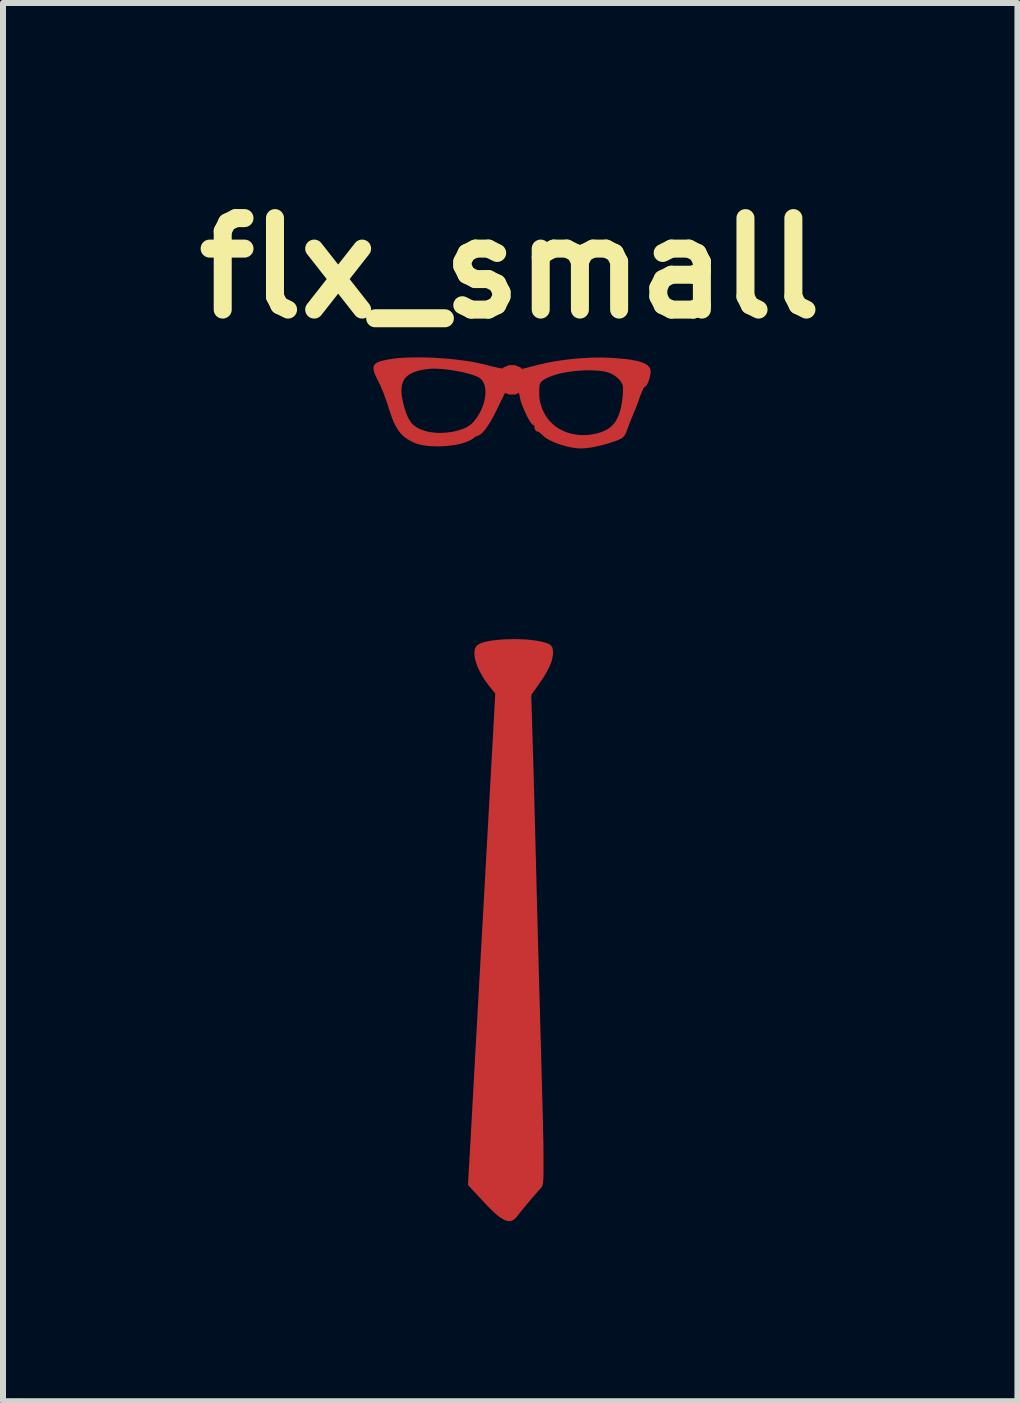
<source format=kicad_pcb>
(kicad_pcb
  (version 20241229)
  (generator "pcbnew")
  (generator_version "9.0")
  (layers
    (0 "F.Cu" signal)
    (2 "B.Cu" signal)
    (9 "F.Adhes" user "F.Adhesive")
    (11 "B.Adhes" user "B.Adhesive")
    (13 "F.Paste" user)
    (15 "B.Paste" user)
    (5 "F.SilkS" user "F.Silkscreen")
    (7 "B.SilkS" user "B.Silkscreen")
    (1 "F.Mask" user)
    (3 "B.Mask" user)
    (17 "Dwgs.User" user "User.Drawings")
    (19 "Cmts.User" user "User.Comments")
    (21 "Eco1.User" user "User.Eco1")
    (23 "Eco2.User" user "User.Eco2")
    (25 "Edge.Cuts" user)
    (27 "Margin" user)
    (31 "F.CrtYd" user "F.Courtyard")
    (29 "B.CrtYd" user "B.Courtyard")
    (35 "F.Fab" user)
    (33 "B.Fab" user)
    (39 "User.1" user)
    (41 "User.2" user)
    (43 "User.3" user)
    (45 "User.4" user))
  (footprint "flx_small"
    (layer "F.Cu")
    (at 5.45 10.718)
    (property "Reference" "flx_small" (at 0 -9.3 0) (layer "F.SilkS") (effects (font (size 1.524 1.524) (thickness 0.3))))
    (attr through_hole)
    (pad "1" smd custom (at 0.03 -7.44) (size 0.5 0.5) (layers "F.Cu" "F.Mask") (options (anchor circle)) (primitives (gr_poly (pts (xy -1.432 -0.37) (xy -1.332 -0.367) (xy -1.23 -0.361) (xy -1.129 -0.354) (xy -1.029 -0.346) (xy -0.93 -0.335) (xy -0.835 -0.323) (xy -0.742 -0.31) (xy -0.678 -0.3) (xy -0.639 -0.293) (xy -0.601 -0.285) (xy -0.562 -0.277) (xy -0.522 -0.268) (xy -0.48 -0.259) (xy -0.434 -0.247) (xy -0.416 -0.243) (xy -0.366 -0.23) (xy -0.321 -0.219) (xy -0.279 -0.21) (xy -0.241 -0.201) (xy -0.207 -0.194) (xy -0.174 -0.188) (xy -0.144 -0.183) (xy -0.116 -0.179) (xy -0.089 -0.175) (xy -0.063 -0.173) (xy -0.037 -0.171) (xy -0.011 -0.17) (xy 0.002 -0.17) (xy 0.032 -0.169) (xy 0.061 -0.17) (xy 0.088 -0.171) (xy 0.115 -0.174) (xy 0.142 -0.177) (xy 0.17 -0.182) (xy 0.2 -0.188) (xy 0.232 -0.195) (xy 0.267 -0.204) (xy 0.307 -0.215) (xy 0.311 -0.216) (xy 0.444 -0.25) (xy 0.58 -0.281) (xy 0.718 -0.306) (xy 0.859 -0.328) (xy 1.002 -0.345) (xy 1.148 -0.358) (xy 1.296 -0.366) (xy 1.325 -0.367) (xy 1.381 -0.369) (xy 1.436 -0.369) (xy 1.492 -0.369) (xy 1.548 -0.368) (xy 1.607 -0.366) (xy 1.669 -0.362) (xy 1.695 -0.361) (xy 1.766 -0.356) (xy 1.831 -0.35) (xy 1.892 -0.344) (xy 1.948 -0.337) (xy 1.999 -0.329) (xy 2.046 -0.32) (xy 2.089 -0.311) (xy 2.127 -0.301) (xy 2.162 -0.289) (xy 2.192 -0.277) (xy 2.219 -0.264) (xy 2.242 -0.25) (xy 2.262 -0.235) (xy 2.271 -0.226) (xy 2.285 -0.21) (xy 2.295 -0.194) (xy 2.302 -0.176) (xy 2.305 -0.155) (xy 2.306 -0.132) (xy 2.304 -0.106) (xy 2.303 -0.094) (xy 2.296 -0.059) (xy 2.287 -0.023) (xy 2.276 0.012) (xy 2.263 0.044) (xy 2.256 0.058) (xy 2.246 0.078) (xy 2.235 0.093) (xy 2.225 0.104) (xy 2.217 0.111) (xy 2.209 0.116) (xy 2.202 0.121) (xy 2.197 0.126) (xy 2.192 0.134) (xy 2.186 0.144) (xy 2.18 0.157) (xy 2.173 0.172) (xy 2.165 0.188) (xy 2.158 0.206) (xy 2.15 0.226) (xy 2.141 0.248) (xy 2.131 0.274) (xy 2.121 0.303) (xy 2.109 0.334) (xy 2.089 0.39) (xy 2.07 0.441) (xy 2.051 0.49) (xy 2.032 0.536) (xy 2.014 0.579) (xy 1.996 0.621) (xy 1.98 0.661) (xy 1.965 0.699) (xy 1.951 0.736) (xy 1.936 0.775) (xy 1.921 0.817) (xy 1.917 0.828) (xy 1.907 0.855) (xy 1.898 0.878) (xy 1.888 0.899) (xy 1.878 0.917) (xy 1.866 0.933) (xy 1.853 0.948) (xy 1.838 0.961) (xy 1.821 0.973) (xy 1.801 0.984) (xy 1.778 0.995) (xy 1.751 1.006) (xy 1.721 1.017) (xy 1.686 1.029) (xy 1.675 1.033) (xy 1.612 1.053) (xy 1.549 1.072) (xy 1.489 1.088) (xy 1.43 1.102) (xy 1.373 1.114) (xy 1.319 1.124) (xy 1.267 1.132) (xy 1.219 1.137) (xy 1.175 1.14) (xy 1.134 1.14) (xy 1.108 1.139) (xy 1.061 1.134) (xy 1.012 1.127) (xy 0.962 1.118) (xy 0.911 1.106) (xy 0.86 1.092) (xy 0.81 1.077) (xy 0.761 1.06) (xy 0.714 1.043) (xy 0.67 1.023) (xy 0.629 1.004) (xy 0.592 0.983) (xy 0.573 0.971) (xy 0.556 0.959) (xy 0.537 0.944) (xy 0.519 0.928) (xy 0.516 0.925) (xy 0.495 0.906) (xy 0.477 0.889) (xy 0.46 0.877) (xy 0.446 0.867) (xy 0.434 0.862) (xy 0.426 0.86) (xy 0.417 0.858) (xy 0.408 0.853) (xy 0.399 0.846) (xy 0.393 0.84) (xy 0.385 0.826) (xy 0.38 0.813) (xy 0.377 0.796) (xy 0.377 0.793) (xy 0.375 0.776) (xy 0.372 0.763) (xy 0.367 0.756) (xy 0.361 0.752) (xy 0.35 0.748) (xy 0.338 0.738) (xy 0.325 0.724) (xy 0.311 0.705) (xy 0.295 0.681) (xy 0.278 0.652) (xy 0.259 0.618) (xy 0.249 0.598) (xy 0.221 0.54) (xy 0.196 0.483) (xy 0.173 0.427) (xy 0.157 0.38) (xy 0.15 0.359) (xy 0.145 0.338) (xy 0.139 0.316) (xy 0.133 0.29) (xy 0.127 0.261) (xy 0.126 0.254) (xy 0.121 0.231) (xy 0.116 0.214) (xy 0.111 0.202) (xy 0.451 0.202) (xy 0.451 0.225) (xy 0.451 0.248) (xy 0.452 0.269) (xy 0.453 0.289) (xy 0.454 0.305) (xy 0.455 0.316) (xy 0.467 0.378) (xy 0.484 0.436) (xy 0.504 0.493) (xy 0.529 0.546) (xy 0.558 0.597) (xy 0.592 0.646) (xy 0.63 0.692) (xy 0.63 0.692) (xy 0.67 0.732) (xy 0.712 0.769) (xy 0.758 0.802) (xy 0.807 0.831) (xy 0.858 0.856) (xy 0.911 0.877) (xy 0.939 0.886) (xy 0.964 0.893) (xy 0.993 0.9) (xy 1.023 0.906) (xy 1.054 0.912) (xy 1.083 0.917) (xy 1.111 0.92) (xy 1.124 0.921) (xy 1.137 0.922) (xy 1.154 0.923) (xy 1.173 0.923) (xy 1.194 0.923) (xy 1.215 0.922) (xy 1.236 0.922) (xy 1.255 0.921) (xy 1.27 0.92) (xy 1.279 0.919) (xy 1.325 0.913) (xy 1.371 0.904) (xy 1.416 0.894) (xy 1.458 0.882) (xy 1.471 0.879) (xy 1.518 0.861) (xy 1.562 0.841) (xy 1.602 0.818) (xy 1.638 0.792) (xy 1.671 0.762) (xy 1.701 0.729) (xy 1.727 0.692) (xy 1.751 0.652) (xy 1.772 0.607) (xy 1.79 0.558) (xy 1.799 0.529) (xy 1.811 0.489) (xy 1.821 0.444) (xy 1.83 0.396) (xy 1.837 0.347) (xy 1.843 0.297) (xy 1.848 0.247) (xy 1.85 0.199) (xy 1.851 0.185) (xy 1.851 0.161) (xy 1.851 0.14) (xy 1.85 0.123) (xy 1.849 0.108) (xy 1.846 0.095) (xy 1.843 0.083) (xy 1.838 0.07) (xy 1.836 0.067) (xy 1.823 0.04) (xy 1.805 0.014) (xy 1.783 -0.012) (xy 1.757 -0.037) (xy 1.728 -0.06) (xy 1.697 -0.081) (xy 1.664 -0.1) (xy 1.64 -0.111) (xy 1.607 -0.124) (xy 1.568 -0.135) (xy 1.525 -0.144) (xy 1.477 -0.151) (xy 1.424 -0.156) (xy 1.367 -0.159) (xy 1.305 -0.161) (xy 1.246 -0.161) (xy 1.18 -0.159) (xy 1.115 -0.155) (xy 1.05 -0.149) (xy 0.987 -0.142) (xy 0.926 -0.133) (xy 0.866 -0.122) (xy 0.809 -0.11) (xy 0.755 -0.096) (xy 0.704 -0.081) (xy 0.656 -0.065) (xy 0.612 -0.047) (xy 0.572 -0.029) (xy 0.536 -0.009) (xy 0.522 -0.00015) (xy 0.5 0.016) (xy 0.483 0.033) (xy 0.47 0.052) (xy 0.461 0.074) (xy 0.455 0.094) (xy 0.454 0.104) (xy 0.453 0.118) (xy 0.452 0.136) (xy 0.451 0.156) (xy 0.451 0.179) (xy 0.451 0.202) (xy 0.111 0.202) (xy 0.111 0.2) (xy 0.103 0.19) (xy 0.094 0.183) (xy 0.082 0.178) (xy 0.067 0.175) (xy 0.048 0.173) (xy 0.037 0.172) (xy 0.008 0.172) (xy -0.02 0.174) (xy -0.045 0.177) (xy -0.068 0.183) (xy -0.088 0.19) (xy -0.103 0.198) (xy -0.112 0.206) (xy -0.115 0.21) (xy -0.119 0.218) (xy -0.125 0.229) (xy -0.133 0.244) (xy -0.142 0.261) (xy -0.152 0.281) (xy -0.162 0.303) (xy -0.174 0.327) (xy -0.182 0.343) (xy -0.203 0.388) (xy -0.223 0.429) (xy -0.241 0.465) (xy -0.257 0.499) (xy -0.272 0.529) (xy -0.286 0.556) (xy -0.298 0.58) (xy -0.309 0.602) (xy -0.32 0.622) (xy -0.33 0.64) (xy -0.339 0.657) (xy -0.348 0.673) (xy -0.358 0.689) (xy -0.367 0.704) (xy -0.376 0.719) (xy -0.386 0.734) (xy -0.411 0.773) (xy -0.436 0.808) (xy -0.46 0.838) (xy -0.482 0.865) (xy -0.504 0.887) (xy -0.524 0.904) (xy -0.542 0.917) (xy -0.559 0.925) (xy -0.568 0.928) (xy -0.582 0.932) (xy -0.596 0.938) (xy -0.611 0.946) (xy -0.628 0.957) (xy -0.643 0.968) (xy -0.665 0.984) (xy -0.686 0.998) (xy -0.707 1.01) (xy -0.73 1.02) (xy -0.754 1.03) (xy -0.782 1.04) (xy -0.798 1.045) (xy -0.848 1.06) (xy -0.903 1.073) (xy -0.961 1.083) (xy -1.022 1.092) (xy -1.084 1.099) (xy -1.147 1.103) (xy -1.211 1.105) (xy -1.274 1.105) (xy -1.335 1.103) (xy -1.395 1.099) (xy -1.452 1.092) (xy -1.482 1.087) (xy -1.515 1.081) (xy -1.545 1.074) (xy -1.573 1.065) (xy -1.6 1.056) (xy -1.629 1.044) (xy -1.659 1.03) (xy -1.67 1.025) (xy -1.715 1.001) (xy -1.755 0.976) (xy -1.791 0.95) (xy -1.825 0.92) (xy -1.855 0.888) (xy -1.883 0.853) (xy -1.91 0.814) (xy -1.935 0.771) (xy -1.949 0.742) (xy -1.956 0.728) (xy -1.962 0.715) (xy -1.968 0.702) (xy -1.974 0.69) (xy -1.979 0.678) (xy -1.984 0.665) (xy -1.99 0.651) (xy -1.996 0.635) (xy -2.002 0.618) (xy -2.009 0.598) (xy -2.016 0.576) (xy -2.025 0.551) (xy -2.034 0.522) (xy -2.045 0.49) (xy -2.057 0.453) (xy -2.065 0.429) (xy -2.085 0.368) (xy -2.105 0.312) (xy -2.124 0.26) (xy -2.142 0.21) (xy -2.156 0.178) (xy -1.844 0.178) (xy -1.843 0.215) (xy -1.84 0.252) (xy -1.835 0.291) (xy -1.828 0.332) (xy -1.818 0.376) (xy -1.813 0.396) (xy -1.799 0.45) (xy -1.785 0.499) (xy -1.77 0.543) (xy -1.755 0.583) (xy -1.739 0.62) (xy -1.722 0.653) (xy -1.704 0.682) (xy -1.686 0.709) (xy -1.671 0.728) (xy -1.646 0.753) (xy -1.616 0.777) (xy -1.583 0.798) (xy -1.545 0.818) (xy -1.504 0.835) (xy -1.46 0.85) (xy -1.413 0.863) (xy -1.364 0.873) (xy -1.312 0.88) (xy -1.258 0.885) (xy -1.232 0.886) (xy -1.222 0.886) (xy -1.213 0.887) (xy -1.207 0.887) (xy -1.206 0.887) (xy -1.203 0.887) (xy -1.195 0.887) (xy -1.184 0.886) (xy -1.17 0.886) (xy -1.154 0.885) (xy -1.148 0.885) (xy -1.077 0.88) (xy -1.01 0.871) (xy -0.945 0.858) (xy -0.884 0.842) (xy -0.827 0.823) (xy -0.798 0.811) (xy -0.76 0.794) (xy -0.726 0.774) (xy -0.696 0.753) (xy -0.668 0.73) (xy -0.641 0.702) (xy -0.615 0.671) (xy -0.613 0.669) (xy -0.574 0.615) (xy -0.54 0.559) (xy -0.511 0.502) (xy -0.486 0.442) (xy -0.467 0.382) (xy -0.452 0.319) (xy -0.444 0.274) (xy -0.443 0.259) (xy -0.442 0.241) (xy -0.441 0.221) (xy -0.441 0.2) (xy -0.441 0.179) (xy -0.442 0.16) (xy -0.444 0.143) (xy -0.445 0.132) (xy -0.454 0.095) (xy -0.465 0.062) (xy -0.478 0.033) (xy -0.495 0.008) (xy -0.514 -0.013) (xy -0.536 -0.032) (xy -0.562 -0.047) (xy -0.564 -0.048) (xy -0.592 -0.061) (xy -0.625 -0.074) (xy -0.662 -0.087) (xy -0.703 -0.099) (xy -0.747 -0.111) (xy -0.793 -0.123) (xy -0.841 -0.134) (xy -0.891 -0.144) (xy -0.942 -0.153) (xy -0.993 -0.162) (xy -1.045 -0.169) (xy -1.096 -0.175) (xy -1.145 -0.181) (xy -1.194 -0.185) (xy -1.24 -0.187) (xy -1.284 -0.189) (xy -1.325 -0.188) (xy -1.354 -0.187) (xy -1.407 -0.182) (xy -1.459 -0.175) (xy -1.509 -0.166) (xy -1.556 -0.155) (xy -1.6 -0.142) (xy -1.641 -0.127) (xy -1.67 -0.114) (xy -1.706 -0.095) (xy -1.737 -0.073) (xy -1.765 -0.049) (xy -1.788 -0.023) (xy -1.807 0.007) (xy -1.821 0.039) (xy -1.833 0.074) (xy -1.84 0.112) (xy -1.844 0.154) (xy -1.844 0.178) (xy -2.156 0.178) (xy -2.161 0.164) (xy -2.18 0.12) (xy -2.199 0.078) (xy -2.219 0.037) (xy -2.233 0.01) (xy -2.251 -0.027) (xy -2.267 -0.06) (xy -2.28 -0.089) (xy -2.29 -0.114) (xy -2.297 -0.136) (xy -2.298 -0.137) (xy -2.301 -0.15) (xy -2.303 -0.161) (xy -2.304 -0.172) (xy -2.305 -0.187) (xy -2.305 -0.189) (xy -2.305 -0.202) (xy -2.305 -0.211) (xy -2.304 -0.218) (xy -2.302 -0.224) (xy -2.299 -0.231) (xy -2.297 -0.236) (xy -2.289 -0.249) (xy -2.279 -0.261) (xy -2.266 -0.272) (xy -2.251 -0.283) (xy -2.232 -0.292) (xy -2.21 -0.301) (xy -2.184 -0.31) (xy -2.155 -0.318) (xy -2.121 -0.325) (xy -2.082 -0.333) (xy -2.05 -0.339) (xy -2.01 -0.345) (xy -1.971 -0.351) (xy -1.931 -0.356) (xy -1.89 -0.36) (xy -1.847 -0.363) (xy -1.802 -0.366) (xy -1.753 -0.368) (xy -1.701 -0.37) (xy -1.645 -0.371) (xy -1.627 -0.371) (xy -1.531 -0.372) (xy -1.432 -0.37)) (width 0.005) (fill yes))))
    (pad "1" smd custom (at 0.1 -2.7) (size 0.5 0.5) (layers "F.Cu" "F.Mask") (options (anchor circle)) (primitives (gr_poly (pts (xy 0.039 -0.417) (xy 0.115 -0.414) (xy 0.186 -0.41) (xy 0.254 -0.403) (xy 0.317 -0.395) (xy 0.376 -0.385) (xy 0.431 -0.374) (xy 0.442 -0.371) (xy 0.474 -0.362) (xy 0.502 -0.354) (xy 0.525 -0.345) (xy 0.544 -0.336) (xy 0.56 -0.327) (xy 0.572 -0.317) (xy 0.574 -0.316) (xy 0.584 -0.305) (xy 0.593 -0.292) (xy 0.599 -0.278) (xy 0.604 -0.261) (xy 0.607 -0.241) (xy 0.609 -0.217) (xy 0.609 -0.217) (xy 0.61 -0.182) (xy 0.607 -0.146) (xy 0.601 -0.109) (xy 0.592 -0.07) (xy 0.579 -0.03) (xy 0.562 0.012) (xy 0.542 0.056) (xy 0.519 0.102) (xy 0.491 0.151) (xy 0.46 0.203) (xy 0.427 0.254) (xy 0.42 0.264) (xy 0.411 0.277) (xy 0.4 0.293) (xy 0.387 0.311) (xy 0.373 0.331) (xy 0.358 0.353) (xy 0.342 0.375) (xy 0.326 0.398) (xy 0.311 0.42) (xy 0.296 0.441) (xy 0.282 0.46) (xy 0.27 0.477) (xy 0.259 0.492) (xy 0.252 0.502) (xy 0.251 0.503) (xy 0.25 0.504) (xy 0.25 0.506) (xy 0.25 0.508) (xy 0.249 0.512) (xy 0.249 0.516) (xy 0.249 0.523) (xy 0.249 0.53) (xy 0.249 0.54) (xy 0.249 0.553) (xy 0.249 0.567) (xy 0.25 0.585) (xy 0.25 0.605) (xy 0.251 0.628) (xy 0.252 0.656) (xy 0.253 0.686) (xy 0.254 0.721) (xy 0.255 0.76) (xy 0.256 0.804) (xy 0.258 0.852) (xy 0.258 0.873) (xy 0.261 0.949) (xy 0.263 1.024) (xy 0.266 1.098) (xy 0.268 1.17) (xy 0.27 1.242) (xy 0.272 1.313) (xy 0.274 1.384) (xy 0.276 1.455) (xy 0.279 1.526) (xy 0.281 1.598) (xy 0.283 1.67) (xy 0.285 1.743) (xy 0.287 1.817) (xy 0.289 1.892) (xy 0.291 1.969) (xy 0.293 2.048) (xy 0.296 2.128) (xy 0.298 2.211) (xy 0.3 2.296) (xy 0.302 2.384) (xy 0.305 2.475) (xy 0.307 2.569) (xy 0.31 2.666) (xy 0.313 2.767) (xy 0.315 2.872) (xy 0.318 2.981) (xy 0.321 3.094) (xy 0.324 3.212) (xy 0.327 3.334) (xy 0.328 3.387) (xy 0.332 3.53) (xy 0.336 3.672) (xy 0.339 3.813) (xy 0.343 3.955) (xy 0.347 4.097) (xy 0.351 4.24) (xy 0.354 4.383) (xy 0.358 4.528) (xy 0.362 4.674) (xy 0.366 4.822) (xy 0.37 4.972) (xy 0.374 5.124) (xy 0.378 5.279) (xy 0.383 5.437) (xy 0.387 5.598) (xy 0.392 5.762) (xy 0.396 5.93) (xy 0.401 6.103) (xy 0.406 6.279) (xy 0.411 6.461) (xy 0.413 6.554) (xy 0.416 6.637) (xy 0.418 6.715) (xy 0.42 6.788) (xy 0.422 6.858) (xy 0.424 6.923) (xy 0.425 6.984) (xy 0.427 7.042) (xy 0.428 7.096) (xy 0.43 7.148) (xy 0.431 7.197) (xy 0.432 7.244) (xy 0.434 7.288) (xy 0.435 7.331) (xy 0.436 7.372) (xy 0.437 7.412) (xy 0.438 7.45) (xy 0.439 7.488) (xy 0.44 7.525) (xy 0.441 7.562) (xy 0.442 7.599) (xy 0.443 7.636) (xy 0.443 7.674) (xy 0.444 7.712) (xy 0.445 7.752) (xy 0.446 7.793) (xy 0.447 7.835) (xy 0.448 7.869) (xy 0.449 7.899) (xy 0.449 7.931) (xy 0.45 7.967) (xy 0.45 8.004) (xy 0.451 8.043) (xy 0.451 8.083) (xy 0.451 8.124) (xy 0.452 8.166) (xy 0.452 8.207) (xy 0.452 8.248) (xy 0.452 8.288) (xy 0.452 8.327) (xy 0.452 8.364) (xy 0.452 8.399) (xy 0.452 8.431) (xy 0.452 8.461) (xy 0.452 8.487) (xy 0.451 8.509) (xy 0.451 8.526) (xy 0.451 8.537) (xy 0.449 8.572) (xy 0.447 8.603) (xy 0.444 8.628) (xy 0.442 8.65) (xy 0.439 8.667) (xy 0.435 8.681) (xy 0.433 8.686) (xy 0.432 8.691) (xy 0.43 8.695) (xy 0.427 8.7) (xy 0.422 8.706) (xy 0.417 8.713) (xy 0.409 8.723) (xy 0.399 8.734) (xy 0.386 8.748) (xy 0.371 8.765) (xy 0.352 8.787) (xy 0.33 8.812) (xy 0.306 8.839) (xy 0.282 8.867) (xy 0.256 8.897) (xy 0.23 8.928) (xy 0.204 8.959) (xy 0.178 8.99) (xy 0.153 9.02) (xy 0.128 9.05) (xy 0.105 9.078) (xy 0.084 9.105) (xy 0.064 9.129) (xy 0.047 9.151) (xy 0.032 9.169) (xy 0.021 9.183) (xy 0.013 9.194) (xy 0.005 9.204) (xy -0.002 9.213) (xy -0.005 9.216) (xy -0.027 9.237) (xy -0.049 9.253) (xy -0.073 9.265) (xy -0.098 9.271) (xy -0.124 9.272) (xy -0.151 9.268) (xy -0.171 9.263) (xy -0.194 9.253) (xy -0.218 9.241) (xy -0.243 9.227) (xy -0.266 9.212) (xy -0.29 9.194) (xy -0.316 9.173) (xy -0.345 9.148) (xy -0.375 9.121) (xy -0.405 9.092) (xy -0.437 9.062) (xy -0.468 9.03) (xy -0.476 9.022) (xy -0.483 9.014) (xy -0.494 9.003) (xy -0.507 8.989) (xy -0.521 8.973) (xy -0.538 8.956) (xy -0.556 8.936) (xy -0.575 8.916) (xy -0.595 8.894) (xy -0.616 8.872) (xy -0.637 8.85) (xy -0.658 8.827) (xy -0.678 8.805) (xy -0.698 8.784) (xy -0.717 8.764) (xy -0.735 8.745) (xy -0.751 8.727) (xy -0.765 8.712) (xy -0.777 8.699) (xy -0.787 8.688) (xy -0.794 8.68) (xy -0.798 8.676) (xy -0.799 8.675) (xy -0.799 8.673) (xy -0.8 8.67) (xy -0.8 8.665) (xy -0.8 8.658) (xy -0.8 8.648) (xy -0.799 8.635) (xy -0.799 8.618) (xy -0.798 8.599) (xy -0.796 8.575) (xy -0.795 8.547) (xy -0.793 8.514) (xy -0.792 8.498) (xy -0.79 8.461) (xy -0.787 8.421) (xy -0.785 8.378) (xy -0.782 8.333) (xy -0.779 8.285) (xy -0.776 8.234) (xy -0.773 8.181) (xy -0.77 8.124) (xy -0.767 8.063) (xy -0.763 7.999) (xy -0.759 7.932) (xy -0.755 7.861) (xy -0.751 7.785) (xy -0.747 7.706) (xy -0.742 7.622) (xy -0.737 7.534) (xy -0.732 7.442) (xy -0.727 7.344) (xy -0.721 7.242) (xy -0.719 7.207) (xy -0.716 7.155) (xy -0.713 7.098) (xy -0.71 7.037) (xy -0.706 6.971) (xy -0.702 6.903) (xy -0.699 6.831) (xy -0.694 6.757) (xy -0.69 6.681) (xy -0.686 6.603) (xy -0.682 6.524) (xy -0.677 6.444) (xy -0.673 6.363) (xy -0.668 6.282) (xy -0.664 6.202) (xy -0.659 6.122) (xy -0.655 6.044) (xy -0.651 5.967) (xy -0.646 5.892) (xy -0.642 5.82) (xy -0.642 5.806) (xy -0.633 5.65) (xy -0.624 5.494) (xy -0.616 5.338) (xy -0.607 5.182) (xy -0.598 5.027) (xy -0.59 4.873) (xy -0.581 4.72) (xy -0.573 4.568) (xy -0.564 4.418) (xy -0.556 4.268) (xy -0.548 4.12) (xy -0.54 3.974) (xy -0.532 3.829) (xy -0.524 3.687) (xy -0.516 3.546) (xy -0.508 3.407) (xy -0.501 3.271) (xy -0.493 3.138) (xy -0.486 3.006) (xy -0.479 2.878) (xy -0.472 2.752) (xy -0.465 2.63) (xy -0.459 2.51) (xy -0.452 2.394) (xy -0.446 2.281) (xy -0.44 2.172) (xy -0.434 2.067) (xy -0.428 1.965) (xy -0.423 1.867) (xy -0.418 1.773) (xy -0.413 1.684) (xy -0.408 1.599) (xy -0.404 1.518) (xy -0.399 1.442) (xy -0.395 1.371) (xy -0.392 1.305) (xy -0.391 1.299) (xy -0.347 0.487) (xy -0.405 0.413) (xy -0.427 0.385) (xy -0.447 0.361) (xy -0.464 0.339) (xy -0.478 0.32) (xy -0.492 0.302) (xy -0.503 0.285) (xy -0.514 0.27) (xy -0.525 0.254) (xy -0.535 0.239) (xy -0.545 0.222) (xy -0.552 0.211) (xy -0.582 0.159) (xy -0.609 0.109) (xy -0.632 0.06) (xy -0.652 0.012) (xy -0.668 -0.035) (xy -0.68 -0.079) (xy -0.689 -0.121) (xy -0.694 -0.161) (xy -0.695 -0.198) (xy -0.694 -0.2) (xy -0.692 -0.229) (xy -0.686 -0.255) (xy -0.678 -0.277) (xy -0.666 -0.297) (xy -0.65 -0.314) (xy -0.63 -0.329) (xy -0.606 -0.342) (xy -0.578 -0.354) (xy -0.564 -0.359) (xy -0.527 -0.37) (xy -0.485 -0.38) (xy -0.439 -0.389) (xy -0.389 -0.397) (xy -0.335 -0.403) (xy -0.277 -0.409) (xy -0.217 -0.413) (xy -0.154 -0.416) (xy -0.088 -0.417) (xy -0.04 -0.418) (xy 0.039 -0.417)) (width 0.005) (fill yes)))))
  (gr_rect
    (start -3 -3)
    (end 13.9 20.293)
    (stroke (width 0.1) (type default))
    (fill no)
    (layer "Edge.Cuts")))
</source>
